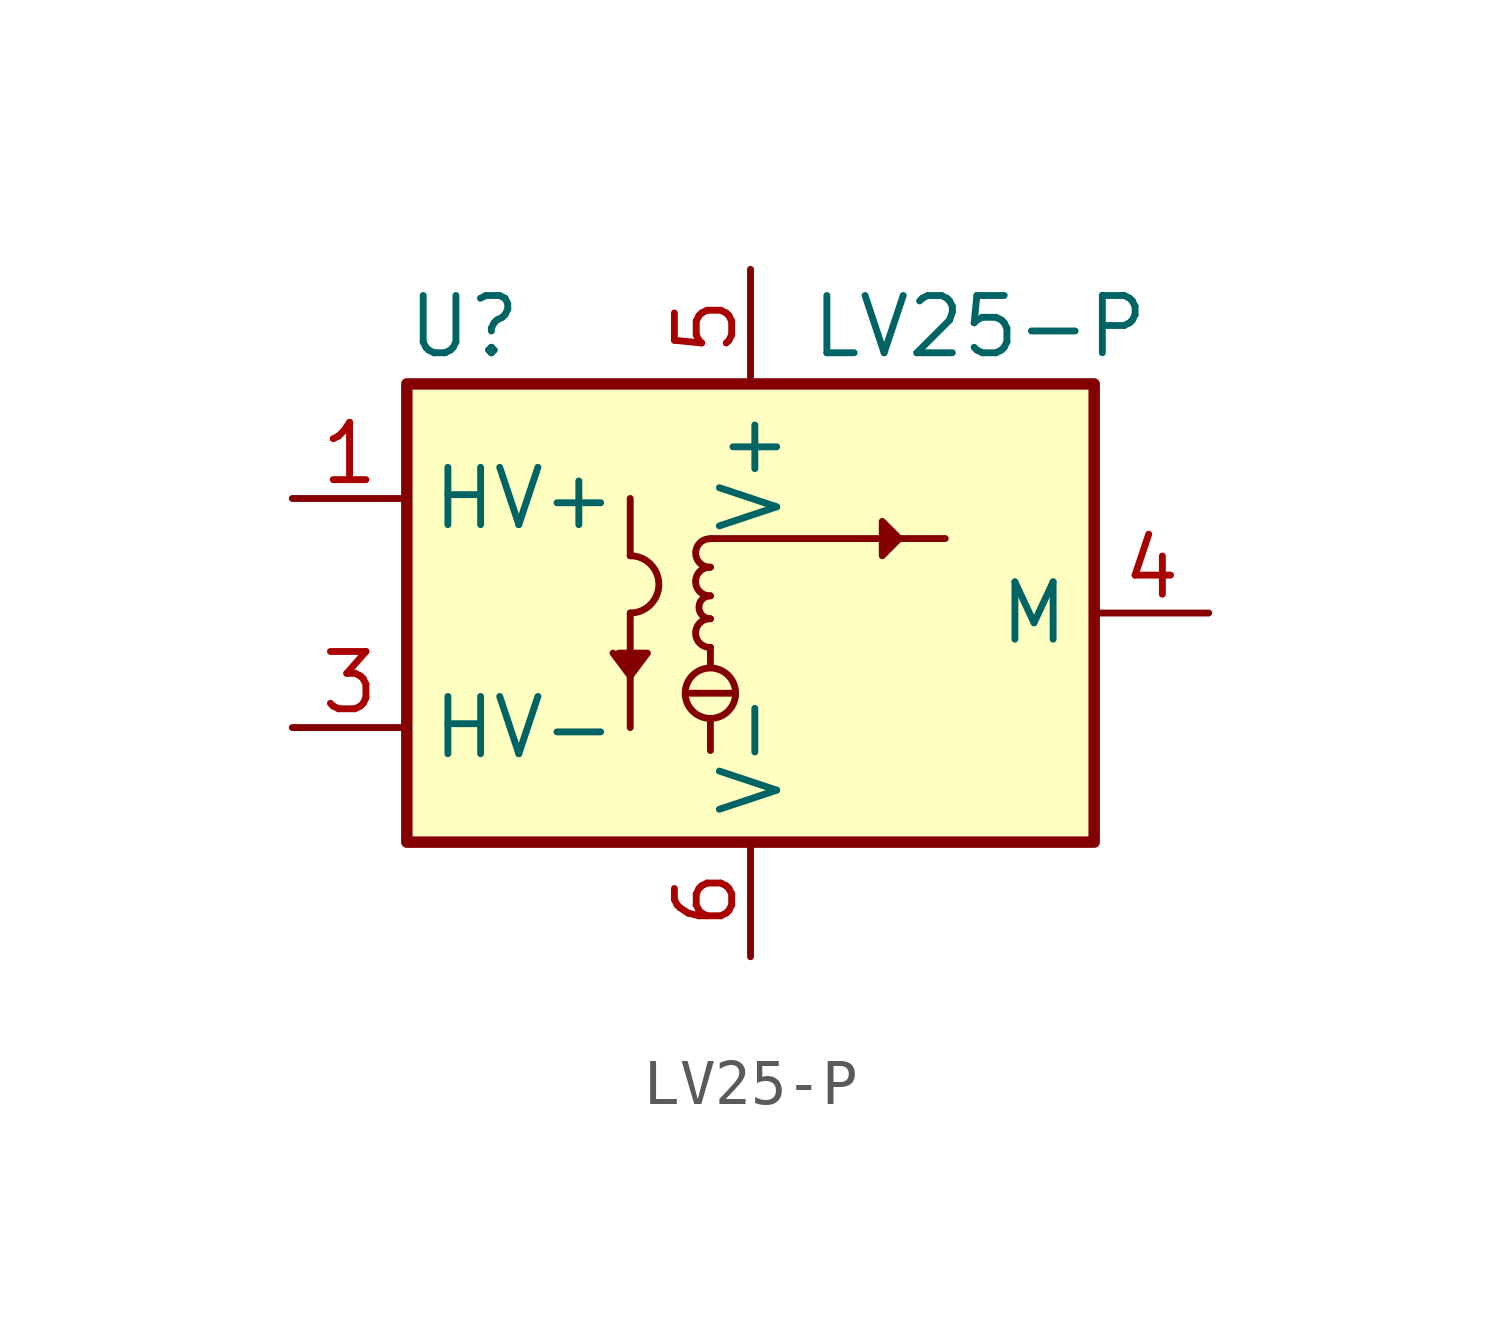
<source format=kicad_sym>
(kicad_symbol_lib
  (version 20201005)
  (generator kicad_symbol_editor)
  (symbol "LV25-P"
    (property "Reference" "U"
      (at -6.35 6.35 0)
      (effects (font (size 1.27 1.27))))
    (property "Value" "LV25-P"
      (at 5.08 6.35 0)
      (effects (font (size 1.27 1.27))))
    (symbol "LV25-P_0_1"
      (arc (start -2.667 0) (end -2.667 1.27) (radius (at -2.667 0.635) (length 0.635) (angles -89.9 89.9)) (stroke (width 0)) (fill (type none)))
      (arc (start -0.889 -0.127) (end -0.889 -0.762) (radius (at -0.889 -0.4318) (length 0.3048) (angles 90.1 -90.1)) (stroke (width 0)) (fill (type none)))
      (arc (start -0.889 0.381) (end -0.889 -0.127) (radius (at -0.889 0.127) (length 0.254) (angles 90.1 -90.1)) (stroke (width 0)) (fill (type none)))
      (arc (start -0.889 1.016) (end -0.889 0.381) (radius (at -0.889 0.7112) (length 0.3048) (angles 90.1 -90.1)) (stroke (width 0)) (fill (type none)))
      (arc (start -0.889 1.651) (end -0.889 1.016) (radius (at -0.889 1.3462) (length 0.3048) (angles 90.1 -90.1)) (stroke (width 0)) (fill (type none)))
      (circle (center -0.889 -1.778) (radius 0.559) (stroke (width 0)) (fill (type none)))
      (rectangle (start 7.62 -5.08) (end -7.62 5.08) (stroke (width 0.254)) (fill (type background)))
      (polyline (pts (xy -2.667 0) (xy -2.667 -2.54)) (stroke (width 0)) (fill (type none)))
      (polyline (pts (xy -2.667 2.54) (xy -2.667 1.27)) (stroke (width 0)) (fill (type none)))
      (polyline (pts (xy -1.397 -1.778) (xy -0.381 -1.778)) (stroke (width 0)) (fill (type none)))
      (polyline (pts (xy -0.889 -2.413) (xy -0.889 -3.048)) (stroke (width 0)) (fill (type none)))
      (polyline (pts (xy -0.889 -1.143) (xy -0.889 -0.762)) (stroke (width 0)) (fill (type none)))
      (polyline (pts (xy -0.889 1.651) (xy 4.318 1.651)) (stroke (width 0)) (fill (type none)))
      (polyline (pts (xy -2.921 -0.889) (xy -2.286 -0.889) (xy -2.667 -1.397) (xy -3.048 -0.889)) (stroke (width 0)) (fill (type outline)))
      (polyline (pts (xy 3.302 1.651) (xy 2.921 2.032) (xy 2.921 1.27) (xy 3.302 1.651)) (stroke (width 0)) (fill (type outline))))
    (symbol "LV25-P_1_1"
      (pin input line (at -10.16 2.54 0) (length 2.54) (name "HV+" (effects (font (size 1.27 1.27)))) (number "1" (effects (font (size 1.27 1.27)))))
      (pin input line (at -10.16 -2.54 0) (length 2.54) (name "HV-" (effects (font (size 1.27 1.27)))) (number "3" (effects (font (size 1.27 1.27)))))
      (pin output line (at 10.16 0 180) (length 2.54) (name "M" (effects (font (size 1.27 1.27)))) (number "4" (effects (font (size 1.27 1.27)))))
      (pin power_in line (at 0 7.62 270) (length 2.54) (name "V+" (effects (font (size 1.27 1.27)))) (number "5" (effects (font (size 1.27 1.27)))))
      (pin power_in line (at 0 -7.62 90) (length 2.54) (name "V-" (effects (font (size 1.27 1.27)))) (number "6" (effects (font (size 1.27 1.27))))))))
</source>
